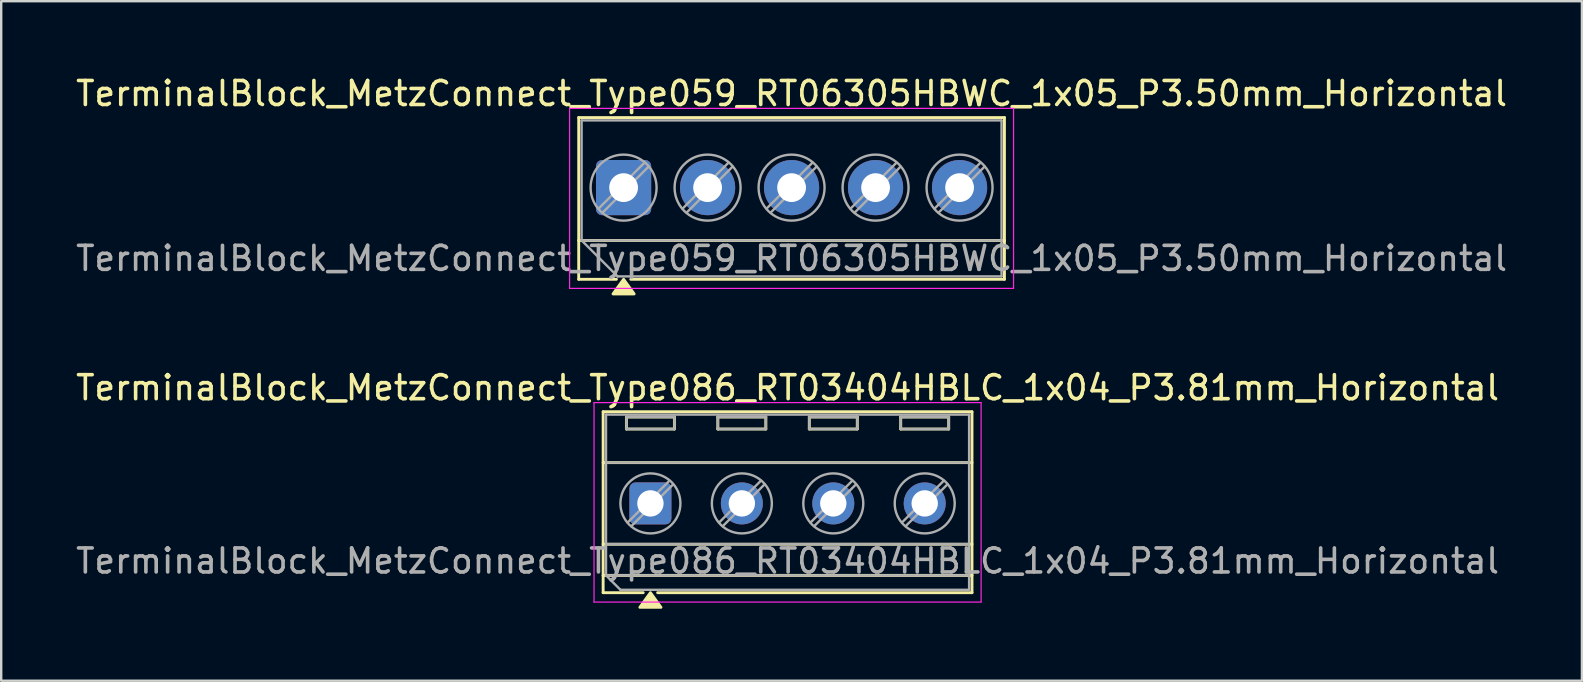
<source format=kicad_pcb>
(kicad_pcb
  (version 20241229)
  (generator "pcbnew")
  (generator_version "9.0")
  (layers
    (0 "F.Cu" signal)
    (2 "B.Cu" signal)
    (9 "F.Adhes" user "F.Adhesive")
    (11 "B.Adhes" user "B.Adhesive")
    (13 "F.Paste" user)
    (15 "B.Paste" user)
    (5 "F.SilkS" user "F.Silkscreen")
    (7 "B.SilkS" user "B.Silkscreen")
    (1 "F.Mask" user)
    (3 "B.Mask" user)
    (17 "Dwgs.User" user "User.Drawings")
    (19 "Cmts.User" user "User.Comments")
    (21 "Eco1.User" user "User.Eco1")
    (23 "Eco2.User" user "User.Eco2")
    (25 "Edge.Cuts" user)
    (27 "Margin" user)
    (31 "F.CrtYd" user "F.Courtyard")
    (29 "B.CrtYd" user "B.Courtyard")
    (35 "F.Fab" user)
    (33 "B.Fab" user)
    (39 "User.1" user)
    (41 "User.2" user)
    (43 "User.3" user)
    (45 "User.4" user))
  (footprint "TerminalBlock_MetzConnect_Type086_RT03404HBLC_1x04_P3.81mm_Horizontal"
    (layer "F.Cu")
    (at 24.053 17.927)
    (property "Reference" "TerminalBlock_MetzConnect_Type086_RT03404HBLC_1x04_P3.81mm_Horizontal" (at 5.715 -4.82 0) (layer "F.SilkS") (effects (font (size 1 1) (thickness 0.15))))
    (attr through_hole)
    (fp_line (start -1.97 -3.82) (end -1.97 3.72) (stroke (width 0.12) (type solid)) (layer "F.SilkS"))
    (fp_line (start -1.97 -3.82) (end 13.4 -3.82) (stroke (width 0.12) (type solid)) (layer "F.SilkS"))
    (fp_line (start -1.97 -1.7) (end 13.4 -1.7) (stroke (width 0.12) (type solid)) (layer "F.SilkS"))
    (fp_line (start -1.97 1.7) (end 13.4 1.7) (stroke (width 0.12) (type solid)) (layer "F.SilkS"))
    (fp_line (start -1.97 3) (end 13.4 3) (stroke (width 0.12) (type solid)) (layer "F.SilkS"))
    (fp_line (start -1.97 3.72) (end -0.3 3.72) (stroke (width 0.12) (type solid)) (layer "F.SilkS"))
    (fp_line (start -1 -3.6) (end -1 -3.1) (stroke (width 0.12) (type solid)) (layer "F.SilkS"))
    (fp_line (start -1 -3.6) (end 1 -3.6) (stroke (width 0.12) (type solid)) (layer "F.SilkS"))
    (fp_line (start -1 -3.1) (end 1 -3.1) (stroke (width 0.12) (type solid)) (layer "F.SilkS"))
    (fp_line (start 0.3 3.72) (end 13.4 3.72) (stroke (width 0.12) (type solid)) (layer "F.SilkS"))
    (fp_line (start 1 -3.6) (end 1 -3.1) (stroke (width 0.12) (type solid)) (layer "F.SilkS"))
    (fp_line (start 2.81 -3.6) (end 2.81 -3.1) (stroke (width 0.12) (type solid)) (layer "F.SilkS"))
    (fp_line (start 2.81 -3.6) (end 4.81 -3.6) (stroke (width 0.12) (type solid)) (layer "F.SilkS"))
    (fp_line (start 2.81 -3.1) (end 4.81 -3.1) (stroke (width 0.12) (type solid)) (layer "F.SilkS"))
    (fp_line (start 4.81 -3.6) (end 4.81 -3.1) (stroke (width 0.12) (type solid)) (layer "F.SilkS"))
    (fp_line (start 6.62 -3.6) (end 6.62 -3.1) (stroke (width 0.12) (type solid)) (layer "F.SilkS"))
    (fp_line (start 6.62 -3.6) (end 8.62 -3.6) (stroke (width 0.12) (type solid)) (layer "F.SilkS"))
    (fp_line (start 6.62 -3.1) (end 8.62 -3.1) (stroke (width 0.12) (type solid)) (layer "F.SilkS"))
    (fp_line (start 8.62 -3.6) (end 8.62 -3.1) (stroke (width 0.12) (type solid)) (layer "F.SilkS"))
    (fp_line (start 10.43 -3.6) (end 10.43 -3.1) (stroke (width 0.12) (type solid)) (layer "F.SilkS"))
    (fp_line (start 10.43 -3.6) (end 12.43 -3.6) (stroke (width 0.12) (type solid)) (layer "F.SilkS"))
    (fp_line (start 10.43 -3.1) (end 12.43 -3.1) (stroke (width 0.12) (type solid)) (layer "F.SilkS"))
    (fp_line (start 12.43 -3.6) (end 12.43 -3.1) (stroke (width 0.12) (type solid)) (layer "F.SilkS"))
    (fp_line (start 13.4 -3.82) (end 13.4 3.72) (stroke (width 0.12) (type solid)) (layer "F.SilkS"))
    (fp_poly (pts (xy 0 3.72) (xy 0.44 4.33) (xy -0.44 4.33)) (stroke (width 0.12) (type solid)) (fill yes) (layer "F.SilkS"))
    (fp_line (start -2.35 -4.2) (end -2.35 4.11) (stroke (width 0.05) (type solid)) (layer "F.CrtYd"))
    (fp_line (start -2.35 4.11) (end 13.78 4.11) (stroke (width 0.05) (type solid)) (layer "F.CrtYd"))
    (fp_line (start 13.78 -4.2) (end -2.35 -4.2) (stroke (width 0.05) (type solid)) (layer "F.CrtYd"))
    (fp_line (start 13.78 4.11) (end 13.78 -4.2) (stroke (width 0.05) (type solid)) (layer "F.CrtYd"))
    (fp_line (start -1.85 -3.7) (end 13.28 -3.7) (stroke (width 0.1) (type solid)) (layer "F.Fab"))
    (fp_line (start -1.85 -1.7) (end 13.28 -1.7) (stroke (width 0.1) (type solid)) (layer "F.Fab"))
    (fp_line (start -1.85 1.7) (end 13.28 1.7) (stroke (width 0.1) (type solid)) (layer "F.Fab"))
    (fp_line (start -1.85 3) (end -1.85 -3.7) (stroke (width 0.1) (type solid)) (layer "F.Fab"))
    (fp_line (start -1.85 3) (end 13.28 3) (stroke (width 0.1) (type solid)) (layer "F.Fab"))
    (fp_line (start -1.25 3.6) (end -1.85 3) (stroke (width 0.1) (type solid)) (layer "F.Fab"))
    (fp_line (start -1 -3.6) (end -1 -3.1) (stroke (width 0.1) (type solid)) (layer "F.Fab"))
    (fp_line (start -1 -3.1) (end 1 -3.1) (stroke (width 0.1) (type solid)) (layer "F.Fab"))
    (fp_line (start 0.795 -0.948) (end -0.948 0.795) (stroke (width 0.1) (type solid)) (layer "F.Fab"))
    (fp_line (start 0.948 -0.795) (end -0.795 0.948) (stroke (width 0.1) (type solid)) (layer "F.Fab"))
    (fp_line (start 1 -3.6) (end -1 -3.6) (stroke (width 0.1) (type solid)) (layer "F.Fab"))
    (fp_line (start 1 -3.1) (end 1 -3.6) (stroke (width 0.1) (type solid)) (layer "F.Fab"))
    (fp_line (start 2.81 -3.6) (end 2.81 -3.1) (stroke (width 0.1) (type solid)) (layer "F.Fab"))
    (fp_line (start 2.81 -3.1) (end 4.81 -3.1) (stroke (width 0.1) (type solid)) (layer "F.Fab"))
    (fp_line (start 4.605 -0.948) (end 2.862 0.795) (stroke (width 0.1) (type solid)) (layer "F.Fab"))
    (fp_line (start 4.758 -0.795) (end 3.015 0.948) (stroke (width 0.1) (type solid)) (layer "F.Fab"))
    (fp_line (start 4.81 -3.6) (end 2.81 -3.6) (stroke (width 0.1) (type solid)) (layer "F.Fab"))
    (fp_line (start 4.81 -3.1) (end 4.81 -3.6) (stroke (width 0.1) (type solid)) (layer "F.Fab"))
    (fp_line (start 6.62 -3.6) (end 6.62 -3.1) (stroke (width 0.1) (type solid)) (layer "F.Fab"))
    (fp_line (start 6.62 -3.1) (end 8.62 -3.1) (stroke (width 0.1) (type solid)) (layer "F.Fab"))
    (fp_line (start 8.415 -0.948) (end 6.672 0.795) (stroke (width 0.1) (type solid)) (layer "F.Fab"))
    (fp_line (start 8.568 -0.795) (end 6.825 0.948) (stroke (width 0.1) (type solid)) (layer "F.Fab"))
    (fp_line (start 8.62 -3.6) (end 6.62 -3.6) (stroke (width 0.1) (type solid)) (layer "F.Fab"))
    (fp_line (start 8.62 -3.1) (end 8.62 -3.6) (stroke (width 0.1) (type solid)) (layer "F.Fab"))
    (fp_line (start 10.43 -3.6) (end 10.43 -3.1) (stroke (width 0.1) (type solid)) (layer "F.Fab"))
    (fp_line (start 10.43 -3.1) (end 12.43 -3.1) (stroke (width 0.1) (type solid)) (layer "F.Fab"))
    (fp_line (start 12.225 -0.948) (end 10.482 0.795) (stroke (width 0.1) (type solid)) (layer "F.Fab"))
    (fp_line (start 12.378 -0.795) (end 10.635 0.948) (stroke (width 0.1) (type solid)) (layer "F.Fab"))
    (fp_line (start 12.43 -3.6) (end 10.43 -3.6) (stroke (width 0.1) (type solid)) (layer "F.Fab"))
    (fp_line (start 12.43 -3.1) (end 12.43 -3.6) (stroke (width 0.1) (type solid)) (layer "F.Fab"))
    (fp_line (start 13.28 -3.7) (end 13.28 3.6) (stroke (width 0.1) (type solid)) (layer "F.Fab"))
    (fp_line (start 13.28 3.6) (end -1.25 3.6) (stroke (width 0.1) (type solid)) (layer "F.Fab"))
    (fp_circle (center 0 0) (end 1.25 0) (stroke (width 0.1) (type solid)) (fill no) (layer "F.Fab"))
    (fp_circle (center 3.81 0) (end 5.06 0) (stroke (width 0.1) (type solid)) (fill no) (layer "F.Fab"))
    (fp_circle (center 7.62 0) (end 8.87 0) (stroke (width 0.1) (type solid)) (fill no) (layer "F.Fab"))
    (fp_circle (center 11.43 0) (end 12.68 0) (stroke (width 0.1) (type solid)) (fill no) (layer "F.Fab"))
    (fp_text user "${REFERENCE}" (at 5.715 2.4 0) (layer "F.Fab") (effects (font (size 1 1) (thickness 0.15))))
    (pad "1" thru_hole roundrect (at 0 0) (size 1.75 1.75) (drill 1.1) (layers "*.Cu" "*.Mask") (roundrect_rratio 0.143))
    (pad "2" thru_hole circle (at 3.81 0) (size 1.75 1.75) (drill 1.1) (layers "*.Cu" "*.Mask"))
    (pad "3" thru_hole circle (at 7.62 0) (size 1.75 1.75) (drill 1.1) (layers "*.Cu" "*.Mask"))
    (pad "4" thru_hole circle (at 11.43 0) (size 1.75 1.75) (drill 1.1) (layers "*.Cu" "*.Mask")))
  (footprint "TerminalBlock_MetzConnect_Type059_RT06305HBWC_1x05_P3.50mm_Horizontal"
    (layer "F.Cu")
    (at 22.935 4.768)
    (property "Reference" "TerminalBlock_MetzConnect_Type059_RT06305HBWC_1x05_P3.50mm_Horizontal" (at 7 -3.92 0) (layer "F.SilkS") (effects (font (size 1 1) (thickness 0.15))))
    (attr through_hole)
    (fp_line (start -1.87 -2.92) (end -1.87 3.82) (stroke (width 0.12) (type solid)) (layer "F.SilkS"))
    (fp_line (start -1.87 -2.92) (end 15.87 -2.92) (stroke (width 0.12) (type solid)) (layer "F.SilkS"))
    (fp_line (start -1.87 2.2) (end 15.87 2.2) (stroke (width 0.12) (type solid)) (layer "F.SilkS"))
    (fp_line (start -1.87 3.82) (end -0.3 3.82) (stroke (width 0.12) (type solid)) (layer "F.SilkS"))
    (fp_line (start 0.3 3.82) (end 15.87 3.82) (stroke (width 0.12) (type solid)) (layer "F.SilkS"))
    (fp_line (start 15.87 -2.92) (end 15.87 3.82) (stroke (width 0.12) (type solid)) (layer "F.SilkS"))
    (fp_poly (pts (xy 0 3.82) (xy 0.44 4.43) (xy -0.44 4.43)) (stroke (width 0.12) (type solid)) (fill yes) (layer "F.SilkS"))
    (fp_line (start -2.25 -3.3) (end -2.25 4.2) (stroke (width 0.05) (type solid)) (layer "F.CrtYd"))
    (fp_line (start -2.25 4.2) (end 16.25 4.2) (stroke (width 0.05) (type solid)) (layer "F.CrtYd"))
    (fp_line (start 16.25 -3.3) (end -2.25 -3.3) (stroke (width 0.05) (type solid)) (layer "F.CrtYd"))
    (fp_line (start 16.25 4.2) (end 16.25 -3.3) (stroke (width 0.05) (type solid)) (layer "F.CrtYd"))
    (fp_line (start -1.75 -2.8) (end 15.75 -2.8) (stroke (width 0.1) (type solid)) (layer "F.Fab"))
    (fp_line (start -1.75 2.2) (end -1.75 -2.8) (stroke (width 0.1) (type solid)) (layer "F.Fab"))
    (fp_line (start -1.75 2.2) (end 15.75 2.2) (stroke (width 0.1) (type solid)) (layer "F.Fab"))
    (fp_line (start -0.25 3.7) (end -1.75 2.2) (stroke (width 0.1) (type solid)) (layer "F.Fab"))
    (fp_line (start 0.875 -1.043) (end -1.043 0.875) (stroke (width 0.1) (type solid)) (layer "F.Fab"))
    (fp_line (start 1.043 -0.875) (end -0.875 1.043) (stroke (width 0.1) (type solid)) (layer "F.Fab"))
    (fp_line (start 4.375 -1.043) (end 2.457 0.875) (stroke (width 0.1) (type solid)) (layer "F.Fab"))
    (fp_line (start 4.543 -0.875) (end 2.625 1.043) (stroke (width 0.1) (type solid)) (layer "F.Fab"))
    (fp_line (start 7.875 -1.043) (end 5.957 0.875) (stroke (width 0.1) (type solid)) (layer "F.Fab"))
    (fp_line (start 8.043 -0.875) (end 6.125 1.043) (stroke (width 0.1) (type solid)) (layer "F.Fab"))
    (fp_line (start 11.375 -1.043) (end 9.457 0.875) (stroke (width 0.1) (type solid)) (layer "F.Fab"))
    (fp_line (start 11.543 -0.875) (end 9.625 1.043) (stroke (width 0.1) (type solid)) (layer "F.Fab"))
    (fp_line (start 14.875 -1.043) (end 12.957 0.875) (stroke (width 0.1) (type solid)) (layer "F.Fab"))
    (fp_line (start 15.043 -0.875) (end 13.125 1.043) (stroke (width 0.1) (type solid)) (layer "F.Fab"))
    (fp_line (start 15.75 -2.8) (end 15.75 3.7) (stroke (width 0.1) (type solid)) (layer "F.Fab"))
    (fp_line (start 15.75 3.7) (end -0.25 3.7) (stroke (width 0.1) (type solid)) (layer "F.Fab"))
    (fp_circle (center 0 0) (end 1.375 0) (stroke (width 0.1) (type solid)) (fill no) (layer "F.Fab"))
    (fp_circle (center 3.5 0) (end 4.875 0) (stroke (width 0.1) (type solid)) (fill no) (layer "F.Fab"))
    (fp_circle (center 7 0) (end 8.375 0) (stroke (width 0.1) (type solid)) (fill no) (layer "F.Fab"))
    (fp_circle (center 10.5 0) (end 11.875 0) (stroke (width 0.1) (type solid)) (fill no) (layer "F.Fab"))
    (fp_circle (center 14 0) (end 15.375 0) (stroke (width 0.1) (type solid)) (fill no) (layer "F.Fab"))
    (fp_text user "${REFERENCE}" (at 7 2.95 0) (layer "F.Fab") (effects (font (size 1 1) (thickness 0.15))))
    (pad "1" thru_hole roundrect (at 0 0) (size 2.3 2.3) (drill 1.2) (layers "*.Cu" "*.Mask") (roundrect_rratio 0.109))
    (pad "2" thru_hole circle (at 3.5 0) (size 2.3 2.3) (drill 1.2) (layers "*.Cu" "*.Mask"))
    (pad "3" thru_hole circle (at 7 0) (size 2.3 2.3) (drill 1.2) (layers "*.Cu" "*.Mask"))
    (pad "4" thru_hole circle (at 10.5 0) (size 2.3 2.3) (drill 1.2) (layers "*.Cu" "*.Mask"))
    (pad "5" thru_hole circle (at 14 0) (size 2.3 2.3) (drill 1.2) (layers "*.Cu" "*.Mask")))
  (gr_rect
    (start -3 -3)
    (end 62.869 25.317)
    (stroke (width 0.1) (type default))
    (fill no)
    (layer "Edge.Cuts")))
</source>
